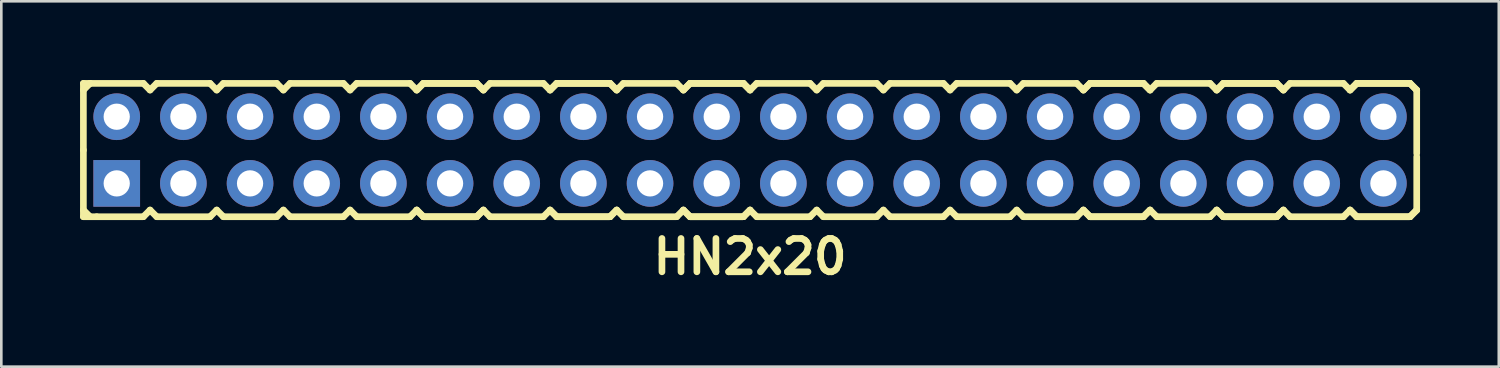
<source format=kicad_pcb>
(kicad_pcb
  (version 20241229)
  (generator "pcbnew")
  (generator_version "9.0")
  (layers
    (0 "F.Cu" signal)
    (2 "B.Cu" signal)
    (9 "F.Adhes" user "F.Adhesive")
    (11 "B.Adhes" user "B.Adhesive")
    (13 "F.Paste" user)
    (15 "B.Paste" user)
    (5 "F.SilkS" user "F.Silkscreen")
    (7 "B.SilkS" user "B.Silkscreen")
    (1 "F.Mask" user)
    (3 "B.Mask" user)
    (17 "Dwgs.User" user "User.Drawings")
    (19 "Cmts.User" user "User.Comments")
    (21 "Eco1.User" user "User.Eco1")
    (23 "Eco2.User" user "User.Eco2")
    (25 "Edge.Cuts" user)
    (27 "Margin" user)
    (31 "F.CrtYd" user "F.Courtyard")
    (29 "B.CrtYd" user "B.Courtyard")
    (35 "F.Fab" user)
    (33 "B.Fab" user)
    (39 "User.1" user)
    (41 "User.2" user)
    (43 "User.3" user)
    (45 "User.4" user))
  (footprint "HN2x20"
    (layer "F.Cu")
    (at 25.527 2.667)
    (property "Reference" "HN2x20" (at 0 4.064 0) (layer "F.SilkS") (effects (font (size 1.27 1.27) (thickness 0.254))))
    (attr through_hole)
    (fp_line (start -25.4 -2.54) (end -25.4 0) (stroke (width 0.254) (type solid)) (layer "F.SilkS"))
    (fp_line (start -25.4 -2.54) (end -25.146 -2.54) (stroke (width 0.254) (type solid)) (layer "F.SilkS"))
    (fp_line (start -25.4 -2.286) (end -25.146 -2.54) (stroke (width 0.254) (type solid)) (layer "F.SilkS"))
    (fp_line (start -25.4 0) (end -25.4 2.54) (stroke (width 0.254) (type solid)) (layer "F.SilkS"))
    (fp_line (start -25.146 -2.54) (end -23.114 -2.54) (stroke (width 0.254) (type solid)) (layer "F.SilkS"))
    (fp_line (start -25.146 2.54) (end -25.4 2.286) (stroke (width 0.254) (type solid)) (layer "F.SilkS"))
    (fp_line (start -24.892 2.54) (end -25.4 2.54) (stroke (width 0.254) (type solid)) (layer "F.SilkS"))
    (fp_line (start -23.114 -2.54) (end -22.86 -2.286) (stroke (width 0.254) (type solid)) (layer "F.SilkS"))
    (fp_line (start -23.114 2.54) (end -24.892 2.54) (stroke (width 0.254) (type solid)) (layer "F.SilkS"))
    (fp_line (start -22.86 -2.286) (end -22.606 -2.54) (stroke (width 0.254) (type solid)) (layer "F.SilkS"))
    (fp_line (start -22.86 2.286) (end -23.114 2.54) (stroke (width 0.254) (type solid)) (layer "F.SilkS"))
    (fp_line (start -22.606 -2.54) (end -20.574 -2.54) (stroke (width 0.254) (type solid)) (layer "F.SilkS"))
    (fp_line (start -22.606 2.54) (end -22.86 2.286) (stroke (width 0.254) (type solid)) (layer "F.SilkS"))
    (fp_line (start -20.574 -2.54) (end -20.32 -2.286) (stroke (width 0.254) (type solid)) (layer "F.SilkS"))
    (fp_line (start -20.574 2.54) (end -22.606 2.54) (stroke (width 0.254) (type solid)) (layer "F.SilkS"))
    (fp_line (start -20.574 2.54) (end -20.32 2.286) (stroke (width 0.254) (type solid)) (layer "F.SilkS"))
    (fp_line (start -20.32 -2.286) (end -20.066 -2.54) (stroke (width 0.254) (type solid)) (layer "F.SilkS"))
    (fp_line (start -20.32 2.286) (end -20.066 2.54) (stroke (width 0.254) (type solid)) (layer "F.SilkS"))
    (fp_line (start -20.066 -2.54) (end -18.034 -2.54) (stroke (width 0.254) (type solid)) (layer "F.SilkS"))
    (fp_line (start -18.034 -2.54) (end -17.78 -2.286) (stroke (width 0.254) (type solid)) (layer "F.SilkS"))
    (fp_line (start -18.034 2.54) (end -20.066 2.54) (stroke (width 0.254) (type solid)) (layer "F.SilkS"))
    (fp_line (start -17.78 -2.286) (end -17.526 -2.54) (stroke (width 0.254) (type solid)) (layer "F.SilkS"))
    (fp_line (start -17.78 2.286) (end -18.034 2.54) (stroke (width 0.254) (type solid)) (layer "F.SilkS"))
    (fp_line (start -17.526 -2.54) (end -15.494 -2.54) (stroke (width 0.254) (type solid)) (layer "F.SilkS"))
    (fp_line (start -17.526 2.54) (end -17.78 2.286) (stroke (width 0.254) (type solid)) (layer "F.SilkS"))
    (fp_line (start -15.494 -2.54) (end -15.24 -2.286) (stroke (width 0.254) (type solid)) (layer "F.SilkS"))
    (fp_line (start -15.494 2.54) (end -17.526 2.54) (stroke (width 0.254) (type solid)) (layer "F.SilkS"))
    (fp_line (start -15.24 -2.286) (end -14.986 -2.54) (stroke (width 0.254) (type solid)) (layer "F.SilkS"))
    (fp_line (start -15.24 2.286) (end -15.494 2.54) (stroke (width 0.254) (type solid)) (layer "F.SilkS"))
    (fp_line (start -14.986 -2.54) (end -12.954 -2.54) (stroke (width 0.254) (type solid)) (layer "F.SilkS"))
    (fp_line (start -14.986 2.54) (end -15.24 2.286) (stroke (width 0.254) (type solid)) (layer "F.SilkS"))
    (fp_line (start -12.954 -2.54) (end -12.7 -2.286) (stroke (width 0.254) (type solid)) (layer "F.SilkS"))
    (fp_line (start -12.954 2.54) (end -14.986 2.54) (stroke (width 0.254) (type solid)) (layer "F.SilkS"))
    (fp_line (start -12.7 -2.286) (end -12.446 -2.54) (stroke (width 0.254) (type solid)) (layer "F.SilkS"))
    (fp_line (start -12.7 -2.286) (end -12.446 -2.54) (stroke (width 0.254) (type solid)) (layer "F.SilkS"))
    (fp_line (start -12.7 2.286) (end -12.954 2.54) (stroke (width 0.254) (type solid)) (layer "F.SilkS"))
    (fp_line (start -12.446 -2.54) (end -10.414 -2.54) (stroke (width 0.254) (type solid)) (layer "F.SilkS"))
    (fp_line (start -12.446 -2.54) (end -10.414 -2.54) (stroke (width 0.254) (type solid)) (layer "F.SilkS"))
    (fp_line (start -12.446 2.54) (end -12.7 2.286) (stroke (width 0.254) (type solid)) (layer "F.SilkS"))
    (fp_line (start -12.446 2.54) (end -12.7 2.286) (stroke (width 0.254) (type solid)) (layer "F.SilkS"))
    (fp_line (start -10.414 -2.54) (end -10.16 -2.286) (stroke (width 0.254) (type solid)) (layer "F.SilkS"))
    (fp_line (start -10.414 -2.54) (end -10.16 -2.286) (stroke (width 0.254) (type solid)) (layer "F.SilkS"))
    (fp_line (start -10.414 2.54) (end -12.446 2.54) (stroke (width 0.254) (type solid)) (layer "F.SilkS"))
    (fp_line (start -10.414 2.54) (end -12.446 2.54) (stroke (width 0.254) (type solid)) (layer "F.SilkS"))
    (fp_line (start -10.16 -2.286) (end -9.906 -2.54) (stroke (width 0.254) (type solid)) (layer "F.SilkS"))
    (fp_line (start -10.16 2.286) (end -10.414 2.54) (stroke (width 0.254) (type solid)) (layer "F.SilkS"))
    (fp_line (start -10.16 2.286) (end -10.414 2.54) (stroke (width 0.254) (type solid)) (layer "F.SilkS"))
    (fp_line (start -9.906 -2.54) (end -7.874 -2.54) (stroke (width 0.254) (type solid)) (layer "F.SilkS"))
    (fp_line (start -9.906 2.54) (end -10.16 2.286) (stroke (width 0.254) (type solid)) (layer "F.SilkS"))
    (fp_line (start -7.874 -2.54) (end -7.62 -2.286) (stroke (width 0.254) (type solid)) (layer "F.SilkS"))
    (fp_line (start -7.874 2.54) (end -9.906 2.54) (stroke (width 0.254) (type solid)) (layer "F.SilkS"))
    (fp_line (start -7.62 -2.286) (end -7.366 -2.54) (stroke (width 0.254) (type solid)) (layer "F.SilkS"))
    (fp_line (start -7.62 -2.286) (end -7.366 -2.54) (stroke (width 0.254) (type solid)) (layer "F.SilkS"))
    (fp_line (start -7.62 2.286) (end -7.874 2.54) (stroke (width 0.254) (type solid)) (layer "F.SilkS"))
    (fp_line (start -7.366 -2.54) (end -5.334 -2.54) (stroke (width 0.254) (type solid)) (layer "F.SilkS"))
    (fp_line (start -7.366 -2.54) (end -5.334 -2.54) (stroke (width 0.254) (type solid)) (layer "F.SilkS"))
    (fp_line (start -7.366 2.54) (end -7.62 2.286) (stroke (width 0.254) (type solid)) (layer "F.SilkS"))
    (fp_line (start -7.366 2.54) (end -7.62 2.286) (stroke (width 0.254) (type solid)) (layer "F.SilkS"))
    (fp_line (start -5.334 -2.54) (end -5.08 -2.286) (stroke (width 0.254) (type solid)) (layer "F.SilkS"))
    (fp_line (start -5.334 -2.54) (end -5.08 -2.286) (stroke (width 0.254) (type solid)) (layer "F.SilkS"))
    (fp_line (start -5.334 2.54) (end -7.366 2.54) (stroke (width 0.254) (type solid)) (layer "F.SilkS"))
    (fp_line (start -5.334 2.54) (end -7.366 2.54) (stroke (width 0.254) (type solid)) (layer "F.SilkS"))
    (fp_line (start -5.08 -2.286) (end -4.826 -2.54) (stroke (width 0.254) (type solid)) (layer "F.SilkS"))
    (fp_line (start -5.08 2.286) (end -5.334 2.54) (stroke (width 0.254) (type solid)) (layer "F.SilkS"))
    (fp_line (start -5.08 2.286) (end -5.334 2.54) (stroke (width 0.254) (type solid)) (layer "F.SilkS"))
    (fp_line (start -4.826 -2.54) (end -2.794 -2.54) (stroke (width 0.254) (type solid)) (layer "F.SilkS"))
    (fp_line (start -4.826 2.54) (end -5.08 2.286) (stroke (width 0.254) (type solid)) (layer "F.SilkS"))
    (fp_line (start -2.794 -2.54) (end -2.54 -2.286) (stroke (width 0.254) (type solid)) (layer "F.SilkS"))
    (fp_line (start -2.794 2.54) (end -4.826 2.54) (stroke (width 0.254) (type solid)) (layer "F.SilkS"))
    (fp_line (start -2.54 -2.286) (end -2.286 -2.54) (stroke (width 0.254) (type solid)) (layer "F.SilkS"))
    (fp_line (start -2.54 -2.286) (end -2.286 -2.54) (stroke (width 0.254) (type solid)) (layer "F.SilkS"))
    (fp_line (start -2.54 2.286) (end -2.794 2.54) (stroke (width 0.254) (type solid)) (layer "F.SilkS"))
    (fp_line (start -2.286 -2.54) (end -0.254 -2.54) (stroke (width 0.254) (type solid)) (layer "F.SilkS"))
    (fp_line (start -2.286 -2.54) (end -0.254 -2.54) (stroke (width 0.254) (type solid)) (layer "F.SilkS"))
    (fp_line (start -2.286 2.54) (end -2.54 2.286) (stroke (width 0.254) (type solid)) (layer "F.SilkS"))
    (fp_line (start -2.286 2.54) (end -2.54 2.286) (stroke (width 0.254) (type solid)) (layer "F.SilkS"))
    (fp_line (start -0.254 -2.54) (end 0 -2.286) (stroke (width 0.254) (type solid)) (layer "F.SilkS"))
    (fp_line (start -0.254 -2.54) (end 0 -2.286) (stroke (width 0.254) (type solid)) (layer "F.SilkS"))
    (fp_line (start -0.254 2.54) (end -2.286 2.54) (stroke (width 0.254) (type solid)) (layer "F.SilkS"))
    (fp_line (start -0.254 2.54) (end -2.286 2.54) (stroke (width 0.254) (type solid)) (layer "F.SilkS"))
    (fp_line (start 0 -2.286) (end 0.254 -2.54) (stroke (width 0.254) (type solid)) (layer "F.SilkS"))
    (fp_line (start 0 2.286) (end -0.254 2.54) (stroke (width 0.254) (type solid)) (layer "F.SilkS"))
    (fp_line (start 0 2.286) (end -0.254 2.54) (stroke (width 0.254) (type solid)) (layer "F.SilkS"))
    (fp_line (start 0.254 -2.54) (end 2.286 -2.54) (stroke (width 0.254) (type solid)) (layer "F.SilkS"))
    (fp_line (start 0.254 2.54) (end 0 2.286) (stroke (width 0.254) (type solid)) (layer "F.SilkS"))
    (fp_line (start 2.286 -2.54) (end 2.54 -2.286) (stroke (width 0.254) (type solid)) (layer "F.SilkS"))
    (fp_line (start 2.286 2.54) (end 0.254 2.54) (stroke (width 0.254) (type solid)) (layer "F.SilkS"))
    (fp_line (start 2.54 -2.286) (end 2.794 -2.54) (stroke (width 0.254) (type solid)) (layer "F.SilkS"))
    (fp_line (start 2.54 2.286) (end 2.286 2.54) (stroke (width 0.254) (type solid)) (layer "F.SilkS"))
    (fp_line (start 2.794 -2.54) (end 4.826 -2.54) (stroke (width 0.254) (type solid)) (layer "F.SilkS"))
    (fp_line (start 2.794 2.54) (end 2.54 2.286) (stroke (width 0.254) (type solid)) (layer "F.SilkS"))
    (fp_line (start 4.826 -2.54) (end 5.08 -2.286) (stroke (width 0.254) (type solid)) (layer "F.SilkS"))
    (fp_line (start 4.826 2.54) (end 2.794 2.54) (stroke (width 0.254) (type solid)) (layer "F.SilkS"))
    (fp_line (start 4.826 2.54) (end 5.08 2.286) (stroke (width 0.254) (type solid)) (layer "F.SilkS"))
    (fp_line (start 5.08 -2.286) (end 5.334 -2.54) (stroke (width 0.254) (type solid)) (layer "F.SilkS"))
    (fp_line (start 5.08 2.286) (end 5.334 2.54) (stroke (width 0.254) (type solid)) (layer "F.SilkS"))
    (fp_line (start 5.334 -2.54) (end 7.366 -2.54) (stroke (width 0.254) (type solid)) (layer "F.SilkS"))
    (fp_line (start 7.366 -2.54) (end 7.62 -2.286) (stroke (width 0.254) (type solid)) (layer "F.SilkS"))
    (fp_line (start 7.366 2.54) (end 5.334 2.54) (stroke (width 0.254) (type solid)) (layer "F.SilkS"))
    (fp_line (start 7.62 -2.286) (end 7.874 -2.54) (stroke (width 0.254) (type solid)) (layer "F.SilkS"))
    (fp_line (start 7.62 2.286) (end 7.366 2.54) (stroke (width 0.254) (type solid)) (layer "F.SilkS"))
    (fp_line (start 7.874 -2.54) (end 9.906 -2.54) (stroke (width 0.254) (type solid)) (layer "F.SilkS"))
    (fp_line (start 7.874 2.54) (end 7.62 2.286) (stroke (width 0.254) (type solid)) (layer "F.SilkS"))
    (fp_line (start 9.906 -2.54) (end 10.16 -2.286) (stroke (width 0.254) (type solid)) (layer "F.SilkS"))
    (fp_line (start 9.906 2.54) (end 7.874 2.54) (stroke (width 0.254) (type solid)) (layer "F.SilkS"))
    (fp_line (start 10.16 -2.286) (end 10.414 -2.54) (stroke (width 0.254) (type solid)) (layer "F.SilkS"))
    (fp_line (start 10.16 2.286) (end 9.906 2.54) (stroke (width 0.254) (type solid)) (layer "F.SilkS"))
    (fp_line (start 10.414 -2.54) (end 12.446 -2.54) (stroke (width 0.254) (type solid)) (layer "F.SilkS"))
    (fp_line (start 10.414 2.54) (end 10.16 2.286) (stroke (width 0.254) (type solid)) (layer "F.SilkS"))
    (fp_line (start 12.446 -2.54) (end 12.7 -2.286) (stroke (width 0.254) (type solid)) (layer "F.SilkS"))
    (fp_line (start 12.446 2.54) (end 10.414 2.54) (stroke (width 0.254) (type solid)) (layer "F.SilkS"))
    (fp_line (start 12.7 -2.286) (end 12.954 -2.54) (stroke (width 0.254) (type solid)) (layer "F.SilkS"))
    (fp_line (start 12.7 -2.286) (end 12.954 -2.54) (stroke (width 0.254) (type solid)) (layer "F.SilkS"))
    (fp_line (start 12.7 2.286) (end 12.446 2.54) (stroke (width 0.254) (type solid)) (layer "F.SilkS"))
    (fp_line (start 12.954 -2.54) (end 14.986 -2.54) (stroke (width 0.254) (type solid)) (layer "F.SilkS"))
    (fp_line (start 12.954 -2.54) (end 14.986 -2.54) (stroke (width 0.254) (type solid)) (layer "F.SilkS"))
    (fp_line (start 12.954 2.54) (end 12.7 2.286) (stroke (width 0.254) (type solid)) (layer "F.SilkS"))
    (fp_line (start 12.954 2.54) (end 12.7 2.286) (stroke (width 0.254) (type solid)) (layer "F.SilkS"))
    (fp_line (start 14.986 -2.54) (end 15.24 -2.286) (stroke (width 0.254) (type solid)) (layer "F.SilkS"))
    (fp_line (start 14.986 -2.54) (end 15.24 -2.286) (stroke (width 0.254) (type solid)) (layer "F.SilkS"))
    (fp_line (start 14.986 2.54) (end 12.954 2.54) (stroke (width 0.254) (type solid)) (layer "F.SilkS"))
    (fp_line (start 14.986 2.54) (end 12.954 2.54) (stroke (width 0.254) (type solid)) (layer "F.SilkS"))
    (fp_line (start 15.24 -2.286) (end 15.494 -2.54) (stroke (width 0.254) (type solid)) (layer "F.SilkS"))
    (fp_line (start 15.24 2.286) (end 14.986 2.54) (stroke (width 0.254) (type solid)) (layer "F.SilkS"))
    (fp_line (start 15.24 2.286) (end 14.986 2.54) (stroke (width 0.254) (type solid)) (layer "F.SilkS"))
    (fp_line (start 15.494 -2.54) (end 17.526 -2.54) (stroke (width 0.254) (type solid)) (layer "F.SilkS"))
    (fp_line (start 15.494 2.54) (end 15.24 2.286) (stroke (width 0.254) (type solid)) (layer "F.SilkS"))
    (fp_line (start 17.526 -2.54) (end 17.78 -2.286) (stroke (width 0.254) (type solid)) (layer "F.SilkS"))
    (fp_line (start 17.526 2.54) (end 15.494 2.54) (stroke (width 0.254) (type solid)) (layer "F.SilkS"))
    (fp_line (start 17.78 -2.286) (end 18.034 -2.54) (stroke (width 0.254) (type solid)) (layer "F.SilkS"))
    (fp_line (start 17.78 -2.286) (end 18.034 -2.54) (stroke (width 0.254) (type solid)) (layer "F.SilkS"))
    (fp_line (start 17.78 2.286) (end 17.526 2.54) (stroke (width 0.254) (type solid)) (layer "F.SilkS"))
    (fp_line (start 18.034 -2.54) (end 20.066 -2.54) (stroke (width 0.254) (type solid)) (layer "F.SilkS"))
    (fp_line (start 18.034 -2.54) (end 20.066 -2.54) (stroke (width 0.254) (type solid)) (layer "F.SilkS"))
    (fp_line (start 18.034 2.54) (end 17.78 2.286) (stroke (width 0.254) (type solid)) (layer "F.SilkS"))
    (fp_line (start 18.034 2.54) (end 17.78 2.286) (stroke (width 0.254) (type solid)) (layer "F.SilkS"))
    (fp_line (start 20.066 -2.54) (end 20.32 -2.286) (stroke (width 0.254) (type solid)) (layer "F.SilkS"))
    (fp_line (start 20.066 -2.54) (end 20.32 -2.286) (stroke (width 0.254) (type solid)) (layer "F.SilkS"))
    (fp_line (start 20.066 2.54) (end 18.034 2.54) (stroke (width 0.254) (type solid)) (layer "F.SilkS"))
    (fp_line (start 20.066 2.54) (end 18.034 2.54) (stroke (width 0.254) (type solid)) (layer "F.SilkS"))
    (fp_line (start 20.32 -2.286) (end 20.574 -2.54) (stroke (width 0.254) (type solid)) (layer "F.SilkS"))
    (fp_line (start 20.32 2.286) (end 20.066 2.54) (stroke (width 0.254) (type solid)) (layer "F.SilkS"))
    (fp_line (start 20.32 2.286) (end 20.066 2.54) (stroke (width 0.254) (type solid)) (layer "F.SilkS"))
    (fp_line (start 20.574 -2.54) (end 22.606 -2.54) (stroke (width 0.254) (type solid)) (layer "F.SilkS"))
    (fp_line (start 20.574 2.54) (end 20.32 2.286) (stroke (width 0.254) (type solid)) (layer "F.SilkS"))
    (fp_line (start 22.606 -2.54) (end 22.86 -2.286) (stroke (width 0.254) (type solid)) (layer "F.SilkS"))
    (fp_line (start 22.606 2.54) (end 20.574 2.54) (stroke (width 0.254) (type solid)) (layer "F.SilkS"))
    (fp_line (start 22.86 -2.286) (end 23.114 -2.54) (stroke (width 0.254) (type solid)) (layer "F.SilkS"))
    (fp_line (start 22.86 -2.286) (end 23.114 -2.54) (stroke (width 0.254) (type solid)) (layer "F.SilkS"))
    (fp_line (start 22.86 2.286) (end 22.606 2.54) (stroke (width 0.254) (type solid)) (layer "F.SilkS"))
    (fp_line (start 23.114 -2.54) (end 25.146 -2.54) (stroke (width 0.254) (type solid)) (layer "F.SilkS"))
    (fp_line (start 23.114 -2.54) (end 25.146 -2.54) (stroke (width 0.254) (type solid)) (layer "F.SilkS"))
    (fp_line (start 23.114 2.54) (end 22.86 2.286) (stroke (width 0.254) (type solid)) (layer "F.SilkS"))
    (fp_line (start 23.114 2.54) (end 22.86 2.286) (stroke (width 0.254) (type solid)) (layer "F.SilkS"))
    (fp_line (start 25.146 -2.54) (end 25.4 -2.286) (stroke (width 0.254) (type solid)) (layer "F.SilkS"))
    (fp_line (start 25.146 -2.54) (end 25.4 -2.286) (stroke (width 0.254) (type solid)) (layer "F.SilkS"))
    (fp_line (start 25.146 2.54) (end 23.114 2.54) (stroke (width 0.254) (type solid)) (layer "F.SilkS"))
    (fp_line (start 25.146 2.54) (end 23.114 2.54) (stroke (width 0.254) (type solid)) (layer "F.SilkS"))
    (fp_line (start 25.4 -2.286) (end 25.4 0.127) (stroke (width 0.254) (type solid)) (layer "F.SilkS"))
    (fp_line (start 25.4 0.254) (end 25.4 2.286) (stroke (width 0.254) (type solid)) (layer "F.SilkS"))
    (fp_line (start 25.4 2.286) (end 25.146 2.54) (stroke (width 0.254) (type solid)) (layer "F.SilkS"))
    (fp_line (start 25.4 2.286) (end 25.146 2.54) (stroke (width 0.254) (type solid)) (layer "F.SilkS"))
    (pad "1" thru_hole rect (at -24.13 1.27) (size 1.778 1.778) (drill 1) (layers "*.Cu" "*.Mask"))
    (pad "2" thru_hole circle (at -24.13 -1.27) (size 1.778 1.778) (drill 1) (layers "*.Cu" "*.Mask"))
    (pad "3" thru_hole circle (at -21.59 1.27) (size 1.778 1.778) (drill 1) (layers "*.Cu" "*.Mask"))
    (pad "4" thru_hole circle (at -21.59 -1.27) (size 1.778 1.778) (drill 1) (layers "*.Cu" "*.Mask"))
    (pad "5" thru_hole circle (at -19.05 1.27) (size 1.778 1.778) (drill 1) (layers "*.Cu" "*.Mask"))
    (pad "6" thru_hole circle (at -19.05 -1.27) (size 1.778 1.778) (drill 1) (layers "*.Cu" "*.Mask"))
    (pad "7" thru_hole circle (at -16.51 1.27) (size 1.778 1.778) (drill 1) (layers "*.Cu" "*.Mask"))
    (pad "8" thru_hole circle (at -16.51 -1.27) (size 1.778 1.778) (drill 1) (layers "*.Cu" "*.Mask"))
    (pad "9" thru_hole circle (at -13.97 1.27) (size 1.778 1.778) (drill 1) (layers "*.Cu" "*.Mask"))
    (pad "10" thru_hole circle (at -13.97 -1.27) (size 1.778 1.778) (drill 1) (layers "*.Cu" "*.Mask"))
    (pad "11" thru_hole circle (at -11.43 1.27) (size 1.778 1.778) (drill 1) (layers "*.Cu" "*.Mask"))
    (pad "12" thru_hole circle (at -11.43 -1.27) (size 1.778 1.778) (drill 1) (layers "*.Cu" "*.Mask"))
    (pad "13" thru_hole circle (at -8.89 1.27) (size 1.778 1.778) (drill 1) (layers "*.Cu" "*.Mask"))
    (pad "14" thru_hole circle (at -8.89 -1.27) (size 1.778 1.778) (drill 1) (layers "*.Cu" "*.Mask"))
    (pad "15" thru_hole circle (at -6.35 1.27) (size 1.778 1.778) (drill 1) (layers "*.Cu" "*.Mask"))
    (pad "16" thru_hole circle (at -6.35 -1.27) (size 1.778 1.778) (drill 1) (layers "*.Cu" "*.Mask"))
    (pad "17" thru_hole circle (at -3.81 1.27) (size 1.778 1.778) (drill 1) (layers "*.Cu" "*.Mask"))
    (pad "18" thru_hole circle (at -3.81 -1.27) (size 1.778 1.778) (drill 1) (layers "*.Cu" "*.Mask"))
    (pad "19" thru_hole circle (at -1.27 1.27) (size 1.778 1.778) (drill 1) (layers "*.Cu" "*.Mask"))
    (pad "20" thru_hole circle (at -1.27 -1.27) (size 1.778 1.778) (drill 1) (layers "*.Cu" "*.Mask"))
    (pad "21" thru_hole circle (at 1.27 1.27) (size 1.778 1.778) (drill 1) (layers "*.Cu" "*.Mask"))
    (pad "22" thru_hole circle (at 1.27 -1.27) (size 1.778 1.778) (drill 1) (layers "*.Cu" "*.Mask"))
    (pad "23" thru_hole circle (at 3.81 1.27) (size 1.778 1.778) (drill 1) (layers "*.Cu" "*.Mask"))
    (pad "24" thru_hole circle (at 3.81 -1.27) (size 1.778 1.778) (drill 1) (layers "*.Cu" "*.Mask"))
    (pad "25" thru_hole circle (at 6.35 1.27) (size 1.778 1.778) (drill 1) (layers "*.Cu" "*.Mask"))
    (pad "26" thru_hole circle (at 6.35 -1.27) (size 1.778 1.778) (drill 1) (layers "*.Cu" "*.Mask"))
    (pad "27" thru_hole circle (at 8.89 1.27) (size 1.778 1.778) (drill 1) (layers "*.Cu" "*.Mask"))
    (pad "28" thru_hole circle (at 8.89 -1.27) (size 1.778 1.778) (drill 1) (layers "*.Cu" "*.Mask"))
    (pad "29" thru_hole circle (at 11.43 1.27) (size 1.778 1.778) (drill 1) (layers "*.Cu" "*.Mask"))
    (pad "30" thru_hole circle (at 11.43 -1.27) (size 1.778 1.778) (drill 1) (layers "*.Cu" "*.Mask"))
    (pad "31" thru_hole circle (at 13.97 1.27) (size 1.778 1.778) (drill 1) (layers "*.Cu" "*.Mask"))
    (pad "32" thru_hole circle (at 13.97 -1.27) (size 1.778 1.778) (drill 1) (layers "*.Cu" "*.Mask"))
    (pad "33" thru_hole circle (at 16.51 1.27) (size 1.778 1.778) (drill 1) (layers "*.Cu" "*.Mask"))
    (pad "34" thru_hole circle (at 16.51 -1.27) (size 1.778 1.778) (drill 1) (layers "*.Cu" "*.Mask"))
    (pad "35" thru_hole circle (at 19.05 1.27) (size 1.778 1.778) (drill 1) (layers "*.Cu" "*.Mask"))
    (pad "36" thru_hole circle (at 19.05 -1.27) (size 1.778 1.778) (drill 1) (layers "*.Cu" "*.Mask"))
    (pad "37" thru_hole circle (at 21.59 1.27) (size 1.778 1.778) (drill 1) (layers "*.Cu" "*.Mask"))
    (pad "38" thru_hole circle (at 21.59 -1.27) (size 1.778 1.778) (drill 1) (layers "*.Cu" "*.Mask"))
    (pad "39" thru_hole circle (at 24.13 1.27) (size 1.778 1.778) (drill 1) (layers "*.Cu" "*.Mask"))
    (pad "40" thru_hole circle (at 24.13 -1.27) (size 1.778 1.778) (drill 1) (layers "*.Cu" "*.Mask")))
  (gr_rect
    (start -3 -3)
    (end 54.054 10.92)
    (stroke (width 0.1) (type default))
    (fill no)
    (layer "Edge.Cuts")))
</source>
